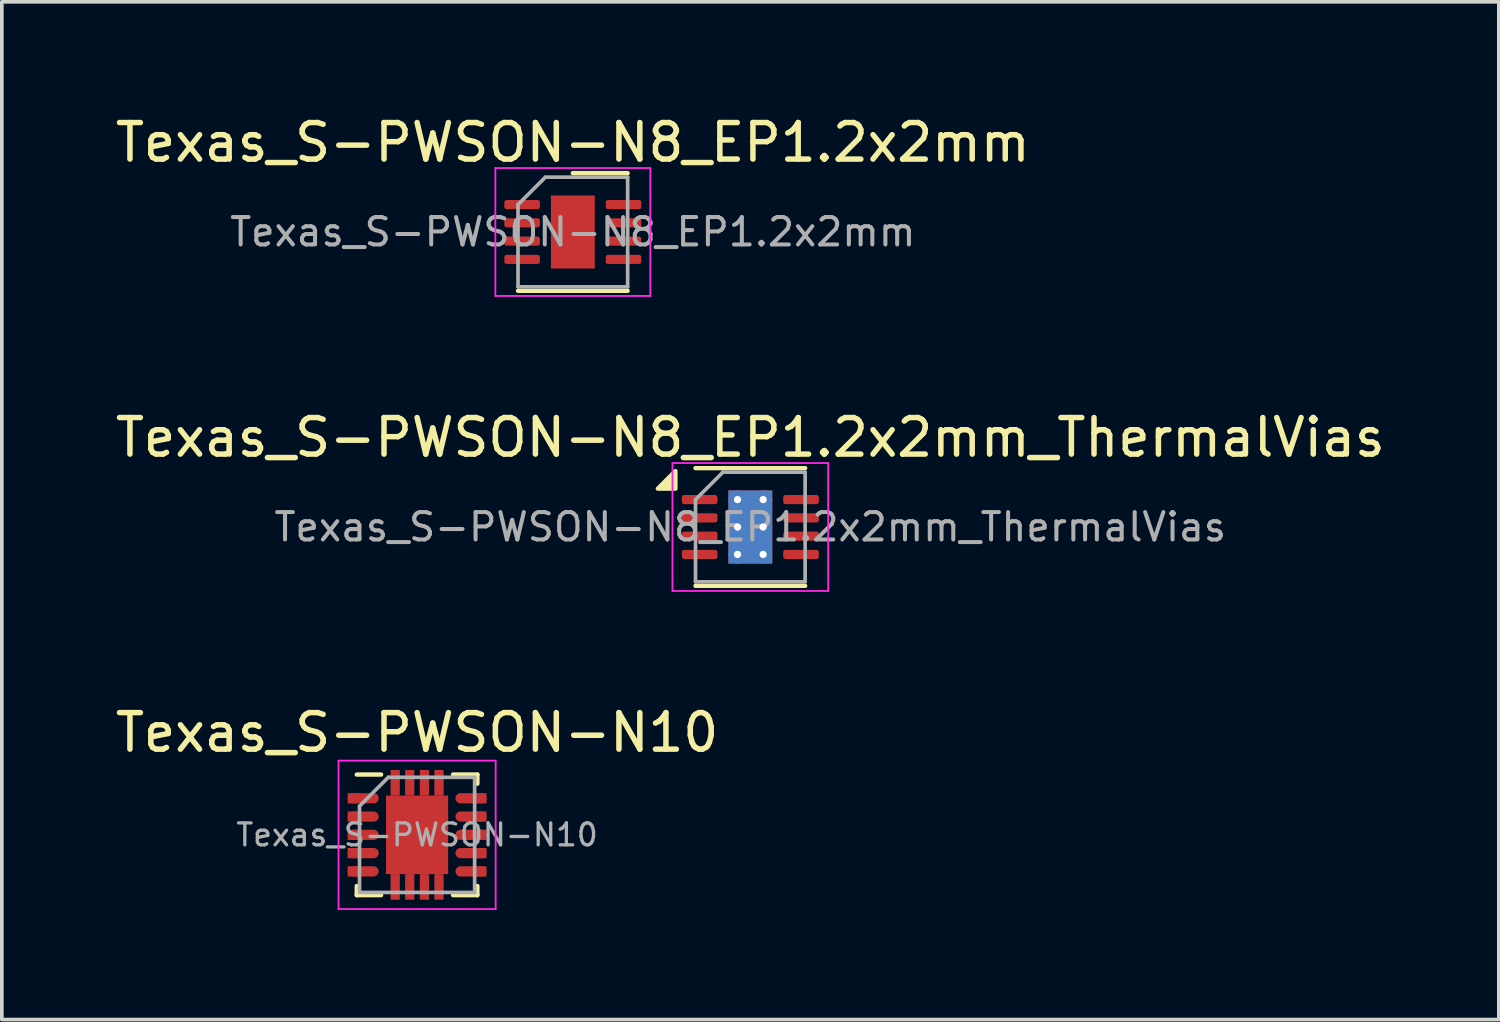
<source format=kicad_pcb>
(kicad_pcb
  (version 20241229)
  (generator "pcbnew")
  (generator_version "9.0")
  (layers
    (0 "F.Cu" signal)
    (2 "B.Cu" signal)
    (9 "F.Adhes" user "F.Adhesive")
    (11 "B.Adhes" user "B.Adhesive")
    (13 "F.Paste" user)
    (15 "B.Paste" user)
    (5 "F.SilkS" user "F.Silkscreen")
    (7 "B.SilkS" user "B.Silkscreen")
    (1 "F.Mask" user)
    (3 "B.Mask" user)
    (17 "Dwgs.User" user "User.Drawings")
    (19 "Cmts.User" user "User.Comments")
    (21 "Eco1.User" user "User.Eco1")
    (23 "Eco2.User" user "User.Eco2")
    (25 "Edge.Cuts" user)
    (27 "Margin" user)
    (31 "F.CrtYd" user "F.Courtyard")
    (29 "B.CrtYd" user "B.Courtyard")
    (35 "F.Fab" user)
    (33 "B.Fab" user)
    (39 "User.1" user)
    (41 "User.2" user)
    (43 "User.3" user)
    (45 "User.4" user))
  (footprint "Texas_S-PWSON-N8_EP1.2x2mm"
    (layer "F.Cu")
    (at 12.625 3.298)
    (property "Reference" "Texas_S-PWSON-N8_EP1.2x2mm" (at 0 -2.45 0) (layer "F.SilkS") (effects (font (size 1 1) (thickness 0.15))))
    (attr smd)
    (fp_line (start -1.5 1.61) (end 1.5 1.61) (stroke (width 0.12) (type solid)) (layer "F.SilkS"))
    (fp_line (start 0 -1.61) (end 1.5 -1.61) (stroke (width 0.12) (type solid)) (layer "F.SilkS"))
    (fp_line (start -2.12 -1.75) (end -2.12 1.75) (stroke (width 0.05) (type solid)) (layer "F.CrtYd"))
    (fp_line (start -2.12 1.75) (end 2.12 1.75) (stroke (width 0.05) (type solid)) (layer "F.CrtYd"))
    (fp_line (start 2.12 -1.75) (end -2.12 -1.75) (stroke (width 0.05) (type solid)) (layer "F.CrtYd"))
    (fp_line (start 2.12 1.75) (end 2.12 -1.75) (stroke (width 0.05) (type solid)) (layer "F.CrtYd"))
    (fp_line (start -1.5 -0.75) (end -0.75 -1.5) (stroke (width 0.1) (type solid)) (layer "F.Fab"))
    (fp_line (start -1.5 1.5) (end -1.5 -0.75) (stroke (width 0.1) (type solid)) (layer "F.Fab"))
    (fp_line (start -0.75 -1.5) (end 1.5 -1.5) (stroke (width 0.1) (type solid)) (layer "F.Fab"))
    (fp_line (start 1.5 -1.5) (end 1.5 1.5) (stroke (width 0.1) (type solid)) (layer "F.Fab"))
    (fp_line (start 1.5 1.5) (end -1.5 1.5) (stroke (width 0.1) (type solid)) (layer "F.Fab"))
    (fp_text user "${REFERENCE}" (at 0 0 0) (layer "F.Fab") (effects (font (size 0.75 0.75) (thickness 0.11))))
    (pad "" smd roundrect (at 0 -0.5) (size 0.97 0.81) (layers "F.Paste") (roundrect_rratio 0.25))
    (pad "" smd roundrect (at 0 0.5) (size 0.97 0.81) (layers "F.Paste") (roundrect_rratio 0.25))
    (pad "1" smd roundrect (at -1.387 -0.75) (size 0.975 0.25) (layers "F.Cu" "F.Mask" "F.Paste") (roundrect_rratio 0.25))
    (pad "2" smd roundrect (at -1.387 -0.25) (size 0.975 0.25) (layers "F.Cu" "F.Mask" "F.Paste") (roundrect_rratio 0.25))
    (pad "3" smd roundrect (at -1.387 0.25) (size 0.975 0.25) (layers "F.Cu" "F.Mask" "F.Paste") (roundrect_rratio 0.25))
    (pad "4" smd roundrect (at -1.387 0.75) (size 0.975 0.25) (layers "F.Cu" "F.Mask" "F.Paste") (roundrect_rratio 0.25))
    (pad "5" smd roundrect (at 1.387 0.75) (size 0.975 0.25) (layers "F.Cu" "F.Mask" "F.Paste") (roundrect_rratio 0.25))
    (pad "6" smd roundrect (at 1.387 0.25) (size 0.975 0.25) (layers "F.Cu" "F.Mask" "F.Paste") (roundrect_rratio 0.25))
    (pad "7" smd roundrect (at 1.387 -0.25) (size 0.975 0.25) (layers "F.Cu" "F.Mask" "F.Paste") (roundrect_rratio 0.25))
    (pad "8" smd roundrect (at 1.387 -0.75) (size 0.975 0.25) (layers "F.Cu" "F.Mask" "F.Paste") (roundrect_rratio 0.25))
    (pad "9" smd rect (at 0 0) (size 1.2 2) (layers "F.Cu" "F.Mask")))
  (footprint "Texas_S-PWSON-N8_EP1.2x2mm_ThermalVias"
    (layer "F.Cu")
    (at 17.482 11.371)
    (property "Reference" "Texas_S-PWSON-N8_EP1.2x2mm_ThermalVias" (at 0 -2.45 0) (layer "F.SilkS") (effects (font (size 1 1) (thickness 0.15))))
    (attr smd)
    (fp_line (start -1.5 -1.61) (end 1.5 -1.61) (stroke (width 0.12) (type solid)) (layer "F.SilkS"))
    (fp_line (start -1.5 1.61) (end 1.5 1.61) (stroke (width 0.12) (type solid)) (layer "F.SilkS"))
    (fp_poly (pts (xy -2.05 -1.05) (xy -2.53 -1.05) (xy -2.05 -1.53) (xy -2.05 -1.05)) (stroke (width 0.12) (type solid)) (fill yes) (layer "F.SilkS"))
    (fp_line (start -2.13 -1.75) (end -2.13 1.75) (stroke (width 0.05) (type solid)) (layer "F.CrtYd"))
    (fp_line (start -2.13 1.75) (end 2.13 1.75) (stroke (width 0.05) (type solid)) (layer "F.CrtYd"))
    (fp_line (start 2.13 -1.75) (end -2.13 -1.75) (stroke (width 0.05) (type solid)) (layer "F.CrtYd"))
    (fp_line (start 2.13 1.75) (end 2.13 -1.75) (stroke (width 0.05) (type solid)) (layer "F.CrtYd"))
    (fp_line (start -1.5 -0.75) (end -0.75 -1.5) (stroke (width 0.1) (type solid)) (layer "F.Fab"))
    (fp_line (start -1.5 1.5) (end -1.5 -0.75) (stroke (width 0.1) (type solid)) (layer "F.Fab"))
    (fp_line (start -0.75 -1.5) (end 1.5 -1.5) (stroke (width 0.1) (type solid)) (layer "F.Fab"))
    (fp_line (start 1.5 -1.5) (end 1.5 1.5) (stroke (width 0.1) (type solid)) (layer "F.Fab"))
    (fp_line (start 1.5 1.5) (end -1.5 1.5) (stroke (width 0.1) (type solid)) (layer "F.Fab"))
    (fp_text user "${REFERENCE}" (at 0 0 0) (layer "F.Fab") (effects (font (size 0.75 0.75) (thickness 0.11))))
    (pad "" smd roundrect (at 0 -0.5) (size 1.04 0.87) (layers "F.Paste") (roundrect_rratio 0.25))
    (pad "" smd roundrect (at 0 0.5) (size 1.04 0.87) (layers "F.Paste") (roundrect_rratio 0.25))
    (pad "1" smd roundrect (at -1.387 -0.75) (size 0.975 0.25) (layers "F.Cu" "F.Mask" "F.Paste") (roundrect_rratio 0.25))
    (pad "2" smd roundrect (at -1.387 -0.25) (size 0.975 0.25) (layers "F.Cu" "F.Mask" "F.Paste") (roundrect_rratio 0.25))
    (pad "3" smd roundrect (at -1.387 0.25) (size 0.975 0.25) (layers "F.Cu" "F.Mask" "F.Paste") (roundrect_rratio 0.25))
    (pad "4" smd roundrect (at -1.387 0.75) (size 0.975 0.25) (layers "F.Cu" "F.Mask" "F.Paste") (roundrect_rratio 0.25))
    (pad "5" smd roundrect (at 1.387 0.75) (size 0.975 0.25) (layers "F.Cu" "F.Mask" "F.Paste") (roundrect_rratio 0.25))
    (pad "6" smd roundrect (at 1.387 0.25) (size 0.975 0.25) (layers "F.Cu" "F.Mask" "F.Paste") (roundrect_rratio 0.25))
    (pad "7" smd roundrect (at 1.387 -0.25) (size 0.975 0.25) (layers "F.Cu" "F.Mask" "F.Paste") (roundrect_rratio 0.25))
    (pad "8" smd roundrect (at 1.387 -0.75) (size 0.975 0.25) (layers "F.Cu" "F.Mask" "F.Paste") (roundrect_rratio 0.25))
    (pad "9" thru_hole circle (at -0.35 -0.75) (size 0.5 0.5) (drill 0.2) (property pad_prop_heatsink) (layers "*.Cu"))
    (pad "9" thru_hole circle (at -0.35 0) (size 0.5 0.5) (drill 0.2) (property pad_prop_heatsink) (layers "*.Cu"))
    (pad "9" thru_hole circle (at -0.35 0.75) (size 0.5 0.5) (drill 0.2) (property pad_prop_heatsink) (layers "*.Cu"))
    (pad "9" smd rect (at 0 0) (size 1.2 2) (property pad_prop_heatsink) (layers "F.Cu" "F.Mask"))
    (pad "9" smd rect (at 0 0) (size 1.2 2) (property pad_prop_heatsink) (layers "B.Cu"))
    (pad "9" thru_hole circle (at 0.35 -0.75) (size 0.5 0.5) (drill 0.2) (property pad_prop_heatsink) (layers "*.Cu"))
    (pad "9" thru_hole circle (at 0.35 0) (size 0.5 0.5) (drill 0.2) (property pad_prop_heatsink) (layers "*.Cu"))
    (pad "9" thru_hole circle (at 0.35 0.75) (size 0.5 0.5) (drill 0.2) (property pad_prop_heatsink) (layers "*.Cu")))
  (footprint "Texas_S-PWSON-N10"
    (layer "F.Cu")
    (at 8.363 19.795)
    (property "Reference" "Texas_S-PWSON-N10" (at 0 -2.8 0) (layer "F.SilkS") (effects (font (size 1 1) (thickness 0.15))))
    (attr smd)
    (fp_line (start -1.65 -1.65) (end -0.985 -1.65) (stroke (width 0.12) (type solid)) (layer "F.SilkS"))
    (fp_line (start -1.65 1.65) (end -1.65 1.4) (stroke (width 0.12) (type solid)) (layer "F.SilkS"))
    (fp_line (start -1.65 1.65) (end -0.985 1.65) (stroke (width 0.12) (type solid)) (layer "F.SilkS"))
    (fp_line (start 0.985 -1.65) (end 1.65 -1.65) (stroke (width 0.12) (type solid)) (layer "F.SilkS"))
    (fp_line (start 0.985 1.65) (end 1.65 1.65) (stroke (width 0.12) (type solid)) (layer "F.SilkS"))
    (fp_line (start 1.65 -1.4) (end 1.65 -1.65) (stroke (width 0.12) (type solid)) (layer "F.SilkS"))
    (fp_line (start 1.65 1.4) (end 1.65 1.65) (stroke (width 0.12) (type solid)) (layer "F.SilkS"))
    (fp_line (start -2.15 -2.03) (end -2.15 2.03) (stroke (width 0.05) (type solid)) (layer "F.CrtYd"))
    (fp_line (start -2.15 -2.03) (end 2.15 -2.03) (stroke (width 0.05) (type solid)) (layer "F.CrtYd"))
    (fp_line (start -2.15 2.03) (end 2.15 2.03) (stroke (width 0.05) (type solid)) (layer "F.CrtYd"))
    (fp_line (start 2.15 -2.03) (end 2.15 2.03) (stroke (width 0.05) (type solid)) (layer "F.CrtYd"))
    (fp_line (start -1.575 1.575) (end -1.575 -0.787) (stroke (width 0.1) (type solid)) (layer "F.Fab"))
    (fp_line (start -0.787 -1.575) (end -1.575 -0.787) (stroke (width 0.1) (type solid)) (layer "F.Fab"))
    (fp_line (start -0.787 -1.575) (end 1.575 -1.575) (stroke (width 0.1) (type solid)) (layer "F.Fab"))
    (fp_line (start 1.575 -1.575) (end 1.575 1.575) (stroke (width 0.1) (type solid)) (layer "F.Fab"))
    (fp_line (start 1.575 1.575) (end -1.575 1.575) (stroke (width 0.1) (type solid)) (layer "F.Fab"))
    (fp_text user "${REFERENCE}" (at 0 0 0) (layer "F.Fab") (effects (font (size 0.6 0.6) (thickness 0.09))))
    (pad "1" smd rect (at -1.76 -1) (size 0.28 0.28) (layers "F.Cu" "F.Mask" "F.Paste"))
    (pad "1" smd oval (at -1.475 -1) (size 0.85 0.28) (layers "F.Cu" "F.Mask" "F.Paste"))
    (pad "2" smd rect (at -1.76 -0.5) (size 0.28 0.28) (layers "F.Cu" "F.Mask" "F.Paste"))
    (pad "2" smd oval (at -1.475 -0.5) (size 0.85 0.28) (layers "F.Cu" "F.Mask" "F.Paste"))
    (pad "3" smd rect (at -1.76 0) (size 0.28 0.28) (layers "F.Cu" "F.Mask" "F.Paste"))
    (pad "3" smd oval (at -1.475 0) (size 0.85 0.28) (layers "F.Cu" "F.Mask" "F.Paste"))
    (pad "4" smd rect (at -1.76 0.5) (size 0.28 0.28) (layers "F.Cu" "F.Mask" "F.Paste"))
    (pad "4" smd oval (at -1.475 0.5) (size 0.85 0.28) (layers "F.Cu" "F.Mask" "F.Paste"))
    (pad "5" smd rect (at -1.76 1) (size 0.28 0.28) (layers "F.Cu" "F.Mask" "F.Paste"))
    (pad "5" smd oval (at -1.475 1) (size 0.85 0.28) (layers "F.Cu" "F.Mask" "F.Paste"))
    (pad "6" smd oval (at 1.475 1) (size 0.85 0.28) (layers "F.Cu" "F.Mask" "F.Paste"))
    (pad "6" smd rect (at 1.76 1) (size 0.28 0.28) (layers "F.Cu" "F.Mask" "F.Paste"))
    (pad "7" smd oval (at 1.475 0.5) (size 0.85 0.28) (layers "F.Cu" "F.Mask" "F.Paste"))
    (pad "7" smd rect (at 1.76 0.5) (size 0.28 0.28) (layers "F.Cu" "F.Mask" "F.Paste"))
    (pad "8" smd oval (at 1.475 0) (size 0.85 0.28) (layers "F.Cu" "F.Mask" "F.Paste"))
    (pad "8" smd rect (at 1.76 0) (size 0.28 0.28) (layers "F.Cu" "F.Mask" "F.Paste"))
    (pad "9" smd oval (at 1.475 -0.5) (size 0.85 0.28) (layers "F.Cu" "F.Mask" "F.Paste"))
    (pad "9" smd rect (at 1.76 -0.5) (size 0.28 0.28) (layers "F.Cu" "F.Mask" "F.Paste"))
    (pad "10" smd oval (at 1.475 -1) (size 0.85 0.28) (layers "F.Cu" "F.Mask" "F.Paste"))
    (pad "10" smd rect (at 1.76 -1) (size 0.28 0.28) (layers "F.Cu" "F.Mask" "F.Paste"))
    (pad "11" smd rect (at -0.6 -1.425) (size 0.23 0.6) (layers "F.Cu" "F.Mask" "F.Paste"))
    (pad "11" smd rect (at -0.6 -1.425) (size 0.25 0.7) (layers "F.Cu" "F.Mask"))
    (pad "11" smd rect (at -0.6 1.425) (size 0.23 0.6) (layers "F.Cu" "F.Mask" "F.Paste"))
    (pad "11" smd rect (at -0.6 1.425) (size 0.25 0.7) (layers "F.Cu" "F.Mask"))
    (pad "11" smd rect (at -0.435 -0.56) (size 0.65 0.9) (layers "F.Cu" "F.Mask" "F.Paste"))
    (pad "11" smd rect (at -0.435 0.56) (size 0.65 0.9) (layers "F.Cu" "F.Mask" "F.Paste"))
    (pad "11" smd rect (at -0.2 -1.425) (size 0.23 0.6) (layers "F.Cu" "F.Mask" "F.Paste"))
    (pad "11" smd rect (at -0.2 -1.425) (size 0.25 0.7) (layers "F.Cu" "F.Mask"))
    (pad "11" smd rect (at -0.2 1.425) (size 0.23 0.6) (layers "F.Cu" "F.Mask" "F.Paste"))
    (pad "11" smd rect (at -0.2 1.425) (size 0.25 0.7) (layers "F.Cu" "F.Mask"))
    (pad "11" smd rect (at 0 0) (size 1.7 2.15) (layers "F.Cu" "F.Mask"))
    (pad "11" smd rect (at 0.2 -1.425) (size 0.23 0.6) (layers "F.Cu" "F.Mask" "F.Paste"))
    (pad "11" smd rect (at 0.2 -1.425) (size 0.25 0.7) (layers "F.Cu" "F.Mask"))
    (pad "11" smd rect (at 0.2 1.425) (size 0.23 0.6) (layers "F.Cu" "F.Mask" "F.Paste"))
    (pad "11" smd rect (at 0.2 1.425) (size 0.25 0.7) (layers "F.Cu" "F.Mask"))
    (pad "11" smd rect (at 0.435 -0.56) (size 0.65 0.9) (layers "F.Cu" "F.Mask" "F.Paste"))
    (pad "11" smd rect (at 0.435 0.56) (size 0.65 0.9) (layers "F.Cu" "F.Mask" "F.Paste"))
    (pad "11" smd rect (at 0.6 -1.425) (size 0.23 0.6) (layers "F.Cu" "F.Mask" "F.Paste"))
    (pad "11" smd rect (at 0.6 -1.425) (size 0.25 0.7) (layers "F.Cu" "F.Mask"))
    (pad "11" smd rect (at 0.6 1.425) (size 0.23 0.6) (layers "F.Cu" "F.Mask" "F.Paste"))
    (pad "11" smd rect (at 0.6 1.425) (size 0.25 0.7) (layers "F.Cu" "F.Mask")))
  (gr_rect
    (start -3 -3)
    (end 37.964 24.85)
    (stroke (width 0.1) (type default))
    (fill no)
    (layer "Edge.Cuts")))
</source>
